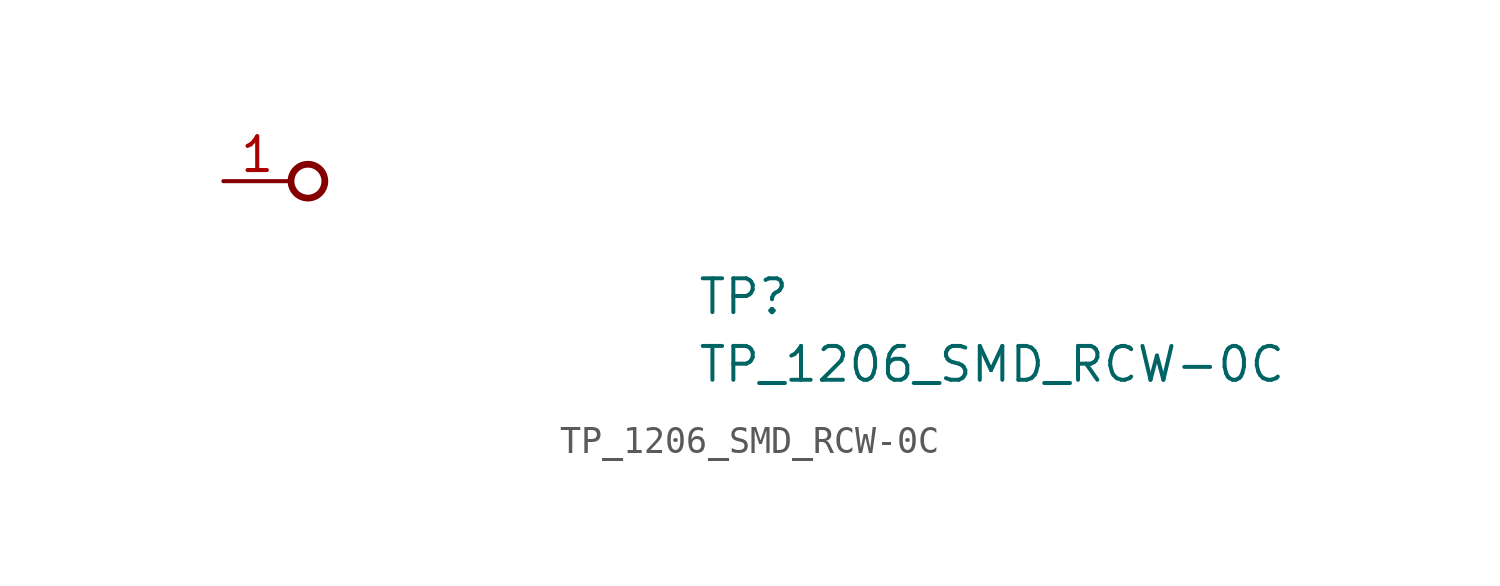
<source format=kicad_sym>
(kicad_symbol_lib
  (version 20220914)
  (generator kicad_symbol_editor)
  (symbol "TP_1206_SMD_RCW-0C"
    (pin_names hide)
    (property "Reference" "TP"
      (at 17.78 -5.08 0)
      (effects (font (size 1.27 1.27) (thickness 0.15)) (justify left bottom)))
    (property "Value" "TP_1206_SMD_RCW-0C"
      (at 17.78 -7.62 0)
      (effects (font (size 1.27 1.27) (thickness 0.15)) (justify left bottom)))
    (symbol "TP_1206_SMD_RCW-0C_1_1"
      (circle (center 3.175 0) (radius 0.635) (stroke (width 0.254) (type default)) (fill (type none)))
      (pin passive line (at 0 0 0) (length 2.54) (name "1" (effects (font (size 1.27 1.27)))) (number "1" (effects (font (size 1.27 1.27))))))))
</source>
